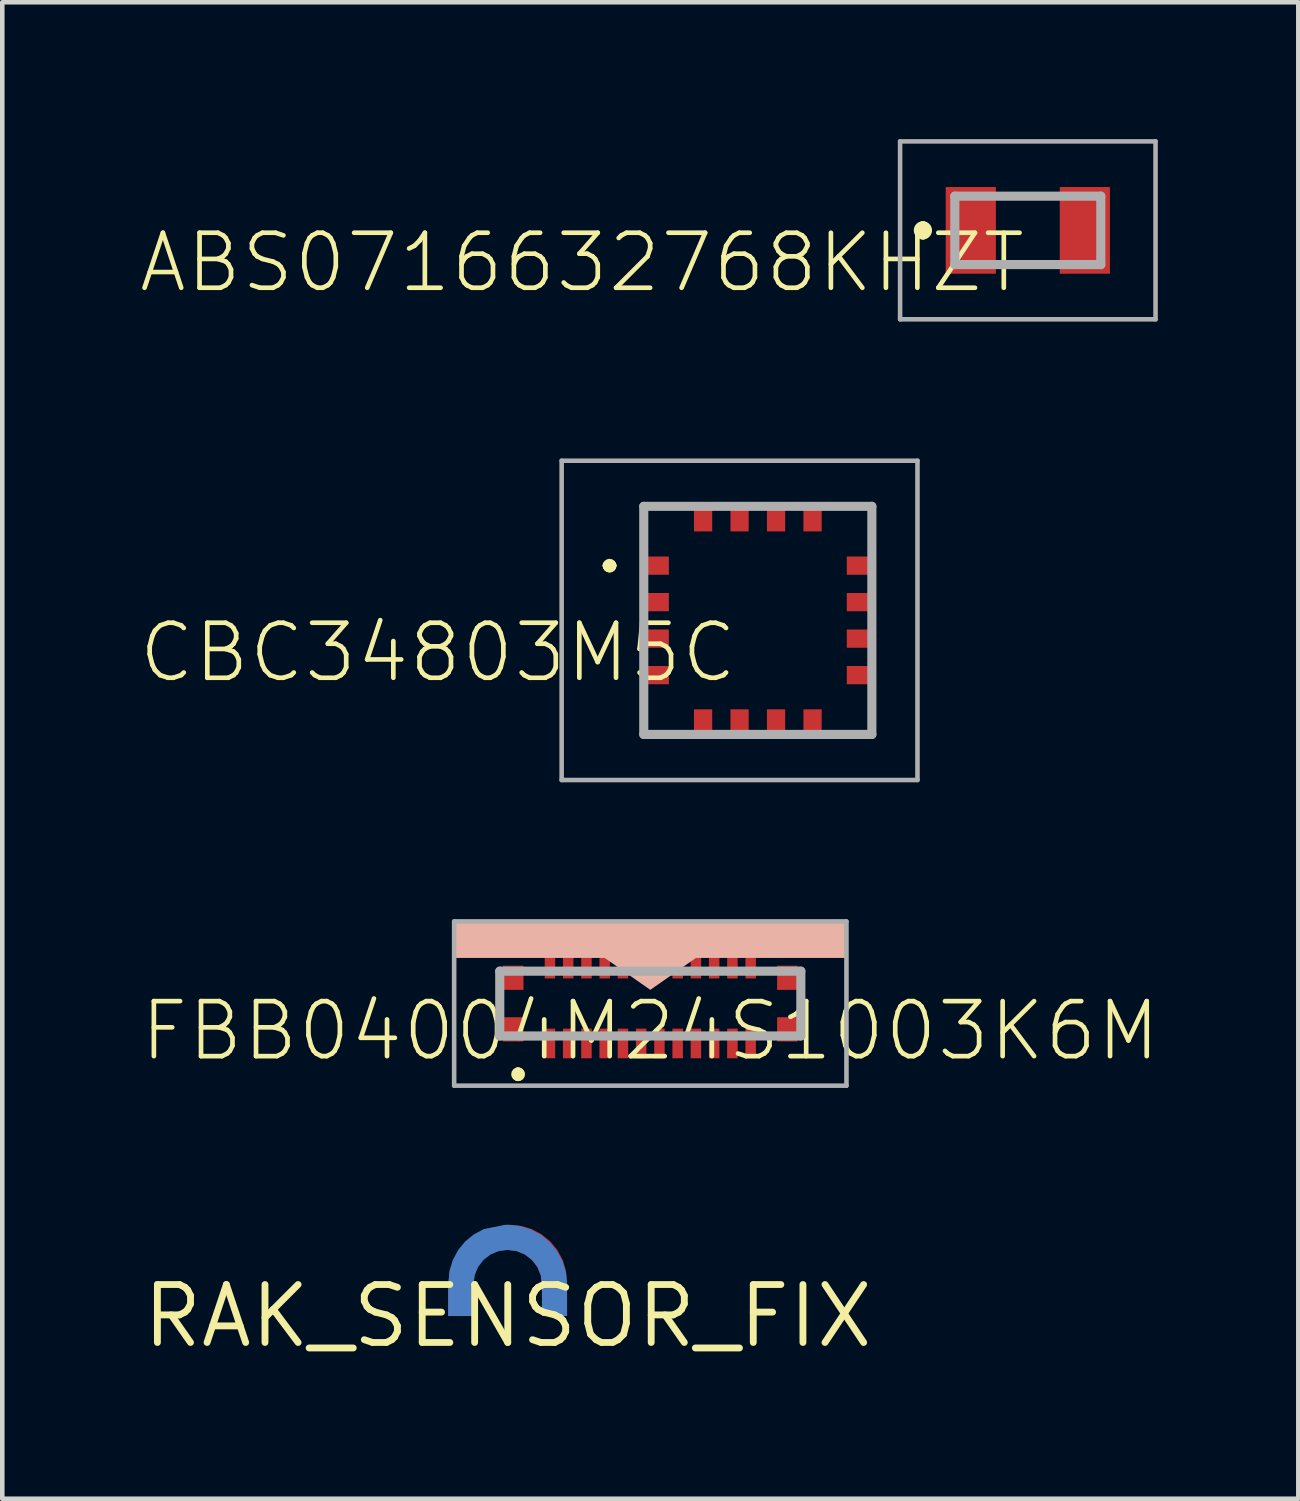
<source format=kicad_pcb>
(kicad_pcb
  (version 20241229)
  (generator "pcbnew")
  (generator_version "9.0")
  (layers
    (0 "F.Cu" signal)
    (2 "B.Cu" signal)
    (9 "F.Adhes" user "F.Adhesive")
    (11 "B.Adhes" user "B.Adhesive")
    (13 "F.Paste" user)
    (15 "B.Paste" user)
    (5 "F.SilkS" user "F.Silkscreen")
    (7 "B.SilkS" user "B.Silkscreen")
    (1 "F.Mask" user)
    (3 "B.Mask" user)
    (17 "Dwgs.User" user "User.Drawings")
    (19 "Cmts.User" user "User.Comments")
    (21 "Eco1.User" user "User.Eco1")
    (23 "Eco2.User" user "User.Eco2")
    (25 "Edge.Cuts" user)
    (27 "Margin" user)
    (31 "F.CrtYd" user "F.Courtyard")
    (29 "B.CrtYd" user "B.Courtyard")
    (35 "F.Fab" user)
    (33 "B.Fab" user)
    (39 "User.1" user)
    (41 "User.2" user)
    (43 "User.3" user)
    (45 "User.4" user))
  (footprint "CBC34803M5C"
    (layer "F.Cu")
    (at 13.563 10.55)
    (property "Reference" "CBC34803M5C" (at -0.4 0 0) (layer "F.SilkS") (effects (font (size 1.206 1.206) (thickness 0.102)) (justify right top)))
    (attr through_hole)
    (fp_line (start -3.3 -1.2) (end -3.3 -1.2) (stroke (width 0.2) (type solid)) (layer "F.SilkS"))
    (fp_line (start -3.3 -1.2) (end -3.3 -1.2) (stroke (width 0.2) (type solid)) (layer "F.SilkS"))
    (fp_line (start -3.2 -1.2) (end -3.2 -1.2) (stroke (width 0.2) (type solid)) (layer "F.SilkS"))
    (fp_line (start -2.5 -2.5) (end -2.5 -2.5) (stroke (width 0.1) (type solid)) (layer "F.SilkS"))
    (fp_line (start -2.5 -2.5) (end -2.5 -2.5) (stroke (width 0.1) (type solid)) (layer "F.SilkS"))
    (fp_line (start -2.5 -2.5) (end -2.5 -1.75) (stroke (width 0.1) (type solid)) (layer "F.SilkS"))
    (fp_line (start -2.5 -2.5) (end -1.75 -2.5) (stroke (width 0.1) (type solid)) (layer "F.SilkS"))
    (fp_line (start -2.5 -1.75) (end -2.5 -2.5) (stroke (width 0.1) (type solid)) (layer "F.SilkS"))
    (fp_line (start -2.5 -1.75) (end -2.5 -1.75) (stroke (width 0.1) (type solid)) (layer "F.SilkS"))
    (fp_line (start -2.5 1.75) (end -2.5 1.75) (stroke (width 0.1) (type solid)) (layer "F.SilkS"))
    (fp_line (start -2.5 1.75) (end -2.5 2.5) (stroke (width 0.1) (type solid)) (layer "F.SilkS"))
    (fp_line (start -2.5 2.5) (end -2.5 1.75) (stroke (width 0.1) (type solid)) (layer "F.SilkS"))
    (fp_line (start -2.5 2.5) (end -2.5 2.5) (stroke (width 0.1) (type solid)) (layer "F.SilkS"))
    (fp_line (start -2.5 2.5) (end -2.5 2.5) (stroke (width 0.1) (type solid)) (layer "F.SilkS"))
    (fp_line (start -2.5 2.5) (end -1.75 2.5) (stroke (width 0.1) (type solid)) (layer "F.SilkS"))
    (fp_line (start -1.75 -2.5) (end -2.5 -2.5) (stroke (width 0.1) (type solid)) (layer "F.SilkS"))
    (fp_line (start -1.75 -2.5) (end -1.75 -2.5) (stroke (width 0.1) (type solid)) (layer "F.SilkS"))
    (fp_line (start -1.75 2.5) (end -2.5 2.5) (stroke (width 0.1) (type solid)) (layer "F.SilkS"))
    (fp_line (start -1.75 2.5) (end -1.75 2.5) (stroke (width 0.1) (type solid)) (layer "F.SilkS"))
    (fp_line (start 1.75 -2.5) (end 1.75 -2.5) (stroke (width 0.1) (type solid)) (layer "F.SilkS"))
    (fp_line (start 1.75 -2.5) (end 2.5 -2.5) (stroke (width 0.1) (type solid)) (layer "F.SilkS"))
    (fp_line (start 1.75 2.5) (end 1.75 2.5) (stroke (width 0.1) (type solid)) (layer "F.SilkS"))
    (fp_line (start 1.75 2.5) (end 2.5 2.5) (stroke (width 0.1) (type solid)) (layer "F.SilkS"))
    (fp_line (start 2.5 -2.5) (end 1.75 -2.5) (stroke (width 0.1) (type solid)) (layer "F.SilkS"))
    (fp_line (start 2.5 -2.5) (end 2.5 -2.5) (stroke (width 0.1) (type solid)) (layer "F.SilkS"))
    (fp_line (start 2.5 -2.5) (end 2.5 -2.5) (stroke (width 0.1) (type solid)) (layer "F.SilkS"))
    (fp_line (start 2.5 -2.5) (end 2.5 -1.75) (stroke (width 0.1) (type solid)) (layer "F.SilkS"))
    (fp_line (start 2.5 -1.75) (end 2.5 -2.5) (stroke (width 0.1) (type solid)) (layer "F.SilkS"))
    (fp_line (start 2.5 -1.75) (end 2.5 -1.75) (stroke (width 0.1) (type solid)) (layer "F.SilkS"))
    (fp_line (start 2.5 1.75) (end 2.5 1.75) (stroke (width 0.1) (type solid)) (layer "F.SilkS"))
    (fp_line (start 2.5 1.75) (end 2.5 2.5) (stroke (width 0.1) (type solid)) (layer "F.SilkS"))
    (fp_line (start 2.5 2.5) (end 1.75 2.5) (stroke (width 0.1) (type solid)) (layer "F.SilkS"))
    (fp_line (start 2.5 2.5) (end 2.5 1.75) (stroke (width 0.1) (type solid)) (layer "F.SilkS"))
    (fp_line (start 2.5 2.5) (end 2.5 2.5) (stroke (width 0.1) (type solid)) (layer "F.SilkS"))
    (fp_line (start 2.5 2.5) (end 2.5 2.5) (stroke (width 0.1) (type solid)) (layer "F.SilkS"))
    (fp_arc (start -3.3 -1.2) (mid -3.25 -1.25) (end -3.2 -1.2) (stroke (width 0.2) (type solid)) (layer "F.SilkS"))
    (fp_arc (start -3.2 -1.2) (mid -3.25 -1.15) (end -3.3 -1.2) (stroke (width 0.2) (type solid)) (layer "F.SilkS"))
    (fp_arc (start -3.2 -1.2) (mid -3.25 -1.15) (end -3.3 -1.2) (stroke (width 0.2) (type solid)) (layer "F.SilkS"))
    (fp_line (start -4.3 -3.5) (end 3.5 -3.5) (stroke (width 0.1) (type solid)) (layer "F.Fab"))
    (fp_line (start -4.3 3.5) (end -4.3 -3.5) (stroke (width 0.1) (type solid)) (layer "F.Fab"))
    (fp_line (start -2.5 -2.5) (end -2.5 2.5) (stroke (width 0.2) (type solid)) (layer "F.Fab"))
    (fp_line (start -2.5 2.5) (end 2.5 2.5) (stroke (width 0.2) (type solid)) (layer "F.Fab"))
    (fp_line (start 2.5 -2.5) (end -2.5 -2.5) (stroke (width 0.2) (type solid)) (layer "F.Fab"))
    (fp_line (start 2.5 2.5) (end 2.5 -2.5) (stroke (width 0.2) (type solid)) (layer "F.Fab"))
    (fp_line (start 3.5 -3.5) (end 3.5 3.5) (stroke (width 0.1) (type solid)) (layer "F.Fab"))
    (fp_line (start 3.5 3.5) (end -4.3 3.5) (stroke (width 0.1) (type solid)) (layer "F.Fab"))
    (pad "1" smd rect (at -2.2 -1.2) (size 0.5 0.4) (layers "F.Cu" "F.Mask" "F.Paste"))
    (pad "2" smd rect (at -2.2 -0.4) (size 0.5 0.4) (layers "F.Cu" "F.Mask" "F.Paste"))
    (pad "3" smd rect (at -2.2 0.4) (size 0.5 0.4) (layers "F.Cu" "F.Mask" "F.Paste"))
    (pad "4" smd rect (at -2.2 1.2) (size 0.5 0.4) (layers "F.Cu" "F.Mask" "F.Paste"))
    (pad "5" smd rect (at -1.2 2.2 90) (size 0.5 0.4) (layers "F.Cu" "F.Mask" "F.Paste"))
    (pad "6" smd rect (at -0.4 2.2 90) (size 0.5 0.4) (layers "F.Cu" "F.Mask" "F.Paste"))
    (pad "7" smd rect (at 0.4 2.2 90) (size 0.5 0.4) (layers "F.Cu" "F.Mask" "F.Paste"))
    (pad "8" smd rect (at 1.2 2.2 90) (size 0.5 0.4) (layers "F.Cu" "F.Mask" "F.Paste"))
    (pad "9" smd rect (at 2.2 1.2) (size 0.5 0.4) (layers "F.Cu" "F.Mask" "F.Paste"))
    (pad "10" smd rect (at 2.2 0.4) (size 0.5 0.4) (layers "F.Cu" "F.Mask" "F.Paste"))
    (pad "11" smd rect (at 2.2 -0.4) (size 0.5 0.4) (layers "F.Cu" "F.Mask" "F.Paste"))
    (pad "12" smd rect (at 2.2 -1.2) (size 0.5 0.4) (layers "F.Cu" "F.Mask" "F.Paste"))
    (pad "13" smd rect (at 1.2 -2.2 90) (size 0.5 0.4) (layers "F.Cu" "F.Mask" "F.Paste"))
    (pad "14" smd rect (at 0.4 -2.2 90) (size 0.5 0.4) (layers "F.Cu" "F.Mask" "F.Paste"))
    (pad "15" smd rect (at -0.4 -2.2 90) (size 0.5 0.4) (layers "F.Cu" "F.Mask" "F.Paste"))
    (pad "16" smd rect (at -1.2 -2.2 90) (size 0.5 0.4) (layers "F.Cu" "F.Mask" "F.Paste")))
  (footprint "RAK_SENSOR_FIX"
    (layer "F.Cu")
    (at 8.081 25.8)
    (property "Reference" "RAK_SENSOR_FIX" (at 0 0 0) (layer "F.SilkS") (effects (font (size 1.27 1.27) (thickness 0.15))))
    (attr through_hole)
    (fp_poly (pts (xy -1.3 -0.7) (xy -1.3 -0.7) (xy -1.275 -0.954) (xy -1.201 -1.197) (xy -1.081 -1.422) (xy -0.919 -1.619) (xy -0.722 -1.781) (xy -0.497 -1.901) (xy 0 -2) (xy 0.05 -2) (xy 0.05 -2) (xy 0.294 -1.976) (xy 0.528 -1.905) (xy 0.744 -1.789) (xy 0.934 -1.634) (xy 1.089 -1.444) (xy 1.205 -1.228) (xy 1.276 -0.994) (xy 1.3 -0.75) (xy 1.3 -0.7) (xy 1.3 0) (xy 0.75 0) (xy 0.75 -0.7) (xy 0.724 -0.894) (xy 0.65 -1.075) (xy 0.53 -1.23) (xy 0.375 -1.35) (xy 0.194 -1.424) (xy 0 -1.45) (xy -0.05 -1.45) (xy -0.05 -1.45) (xy -0.231 -1.426) (xy -0.4 -1.356) (xy -0.545 -1.245) (xy -0.656 -1.1) (xy -0.726 -0.931) (xy -0.75 -0.75) (xy -0.75 -0.7) (xy -0.75 0) (xy -1.3 0)) (stroke (width 0) (type solid)) (fill yes) (layer "F.Cu"))
    (fp_arc (start -1.025 -0.7) (mid 0.000001 -1.724999) (end 1.025 -0.699998) (stroke (width 0.55) (type solid)) (layer "F.Mask"))
    (fp_poly (pts (xy -1.3 0) (xy -0.75 0) (xy -0.75 -0.7) (xy -1.3 -0.7)) (stroke (width 0) (type solid)) (fill yes) (layer "F.Mask"))
    (fp_poly (pts (xy 0.75 0) (xy 1.3 0) (xy 1.3 -0.7) (xy 0.75 -0.7)) (stroke (width 0) (type solid)) (fill yes) (layer "F.Mask"))
    (fp_poly (pts (xy -1.3 0) (xy -1.3 -0.75) (xy -1.3 -0.75) (xy -1.276 -0.994) (xy -1.205 -1.228) (xy -1.089 -1.444) (xy -0.934 -1.634) (xy -0.744 -1.789) (xy -0.528 -1.905) (xy -0.05 -2) (xy 0 -2) (xy -0.000001 -2) (xy 0.254 -1.975) (xy 0.497 -1.901) (xy 0.722 -1.781) (xy 0.919 -1.619) (xy 1.081 -1.422) (xy 1.201 -1.197) (xy 1.275 -0.954) (xy 1.3 -0.7) (xy 1.3 0) (xy 0.75 0) (xy 0.75 -0.7) (xy 0.724 -0.894) (xy 0.65 -1.075) (xy 0.53 -1.23) (xy 0.375 -1.35) (xy 0.194 -1.424) (xy 0 -1.45) (xy -0.194 -1.424) (xy -0.375 -1.35) (xy -0.53 -1.23) (xy -0.65 -1.075) (xy -0.724 -0.894) (xy -0.75 -0.7) (xy -0.75 0)) (stroke (width 0) (type solid)) (fill yes) (layer "B.Cu"))
    (fp_arc (start -1.025 -0.7) (mid 0.000001 -1.724999) (end 1.025 -0.699998) (stroke (width 0.55) (type solid)) (layer "B.Mask"))
    (fp_poly (pts (xy -1.3 0) (xy -0.75 0) (xy -0.75 -0.7) (xy -1.3 -0.7)) (stroke (width 0) (type solid)) (fill yes) (layer "B.Mask"))
    (fp_poly (pts (xy 0.75 0) (xy 1.3 0) (xy 1.3 -0.7) (xy 0.75 -0.7)) (stroke (width 0) (type solid)) (fill yes) (layer "B.Mask"))
    (pad "P$1" smd rect (at -1.025 -0.35 180) (size 0.55 0.7) (layers "B.Cu" "B.Mask"))
    (pad "P$2" smd rect (at -1.025 -0.35) (size 0.55 0.7) (layers "F.Cu" "F.Mask")))
  (footprint "ABS0716632768KHZT"
    (layer "F.Cu")
    (at 19.482 2)
    (property "Reference" "ABS0716632768KHZT" (at 0 0 0) (layer "F.SilkS") (effects (font (size 1.206 1.206) (thickness 0.102)) (justify right top)))
    (attr through_hole)
    (fp_line (start -2.3 -0.1) (end -2.3 -0.1) (stroke (width 0.2) (type solid)) (layer "F.SilkS"))
    (fp_line (start -2.3 0.1) (end -2.3 0.1) (stroke (width 0.2) (type solid)) (layer "F.SilkS"))
    (fp_line (start -0.5 -0.75) (end 0.5 -0.75) (stroke (width 0.1) (type solid)) (layer "F.SilkS"))
    (fp_line (start -0.5 0.75) (end 0.5 0.75) (stroke (width 0.1) (type solid)) (layer "F.SilkS"))
    (fp_arc (start -2.3 -0.1) (mid -2.2 0) (end -2.3 0.1) (stroke (width 0.2) (type solid)) (layer "F.SilkS"))
    (fp_arc (start -2.3 0.1) (mid -2.4 0) (end -2.3 -0.1) (stroke (width 0.2) (type solid)) (layer "F.SilkS"))
    (fp_line (start -2.8 -1.95) (end 2.8 -1.95) (stroke (width 0.1) (type solid)) (layer "F.Fab"))
    (fp_line (start -2.8 1.95) (end -2.8 -1.95) (stroke (width 0.1) (type solid)) (layer "F.Fab"))
    (fp_line (start -1.6 -0.75) (end 1.6 -0.75) (stroke (width 0.2) (type solid)) (layer "F.Fab"))
    (fp_line (start -1.6 0.75) (end -1.6 -0.75) (stroke (width 0.2) (type solid)) (layer "F.Fab"))
    (fp_line (start 1.6 -0.75) (end 1.6 0.75) (stroke (width 0.2) (type solid)) (layer "F.Fab"))
    (fp_line (start 1.6 0.75) (end -1.6 0.75) (stroke (width 0.2) (type solid)) (layer "F.Fab"))
    (fp_line (start 2.8 -1.95) (end 2.8 1.95) (stroke (width 0.1) (type solid)) (layer "F.Fab"))
    (fp_line (start 2.8 1.95) (end -2.8 1.95) (stroke (width 0.1) (type solid)) (layer "F.Fab"))
    (pad "1" smd rect (at -1.25 0 90) (size 1.9 1.1) (layers "F.Cu" "F.Mask" "F.Paste"))
    (pad "2" smd rect (at 1.25 0 90) (size 1.9 1.1) (layers "F.Cu" "F.Mask" "F.Paste")))
  (footprint "FBB04004M24S1003K6M"
    (layer "F.Cu")
    (at 11.206 18.95)
    (property "Reference" "FBB04004M24S1003K6M" (at 0 0.6 0) (layer "F.SilkS") (effects (font (size 1.206 1.206) (thickness 0.102))))
    (attr through_hole)
    (fp_arc (start -2.9 1.5) (mid -2.85 1.55) (end -2.9 1.6) (stroke (width 0.2) (type solid)) (layer "F.SilkS"))
    (fp_arc (start -2.9 1.5) (mid -2.85 1.55) (end -2.9 1.6) (stroke (width 0.2) (type solid)) (layer "F.SilkS"))
    (fp_arc (start -2.9 1.6) (mid -2.95 1.55) (end -2.9 1.5) (stroke (width 0.2) (type solid)) (layer "F.SilkS"))
    (fp_poly (pts (xy -4.3 -1.8) (xy -4.3 -1) (xy -1 -1) (xy 0 -0.3) (xy 1 -1) (xy 4.3 -1) (xy 4.3 -1.8)) (stroke (width 0) (type solid)) (fill yes) (layer "B.SilkS"))
    (fp_line (start -4.3 -1.8) (end 4.3 -1.8) (stroke (width 0.1) (type solid)) (layer "F.Fab"))
    (fp_line (start -4.3 1.8) (end -4.3 -1.8) (stroke (width 0.1) (type solid)) (layer "F.Fab"))
    (fp_line (start -3.3 -0.71) (end -3.3 0.71) (stroke (width 0.2) (type solid)) (layer "F.Fab"))
    (fp_line (start -3.3 0.71) (end 3.3 0.71) (stroke (width 0.2) (type solid)) (layer "F.Fab"))
    (fp_line (start 3.3 -0.71) (end -3.3 -0.71) (stroke (width 0.2) (type solid)) (layer "F.Fab"))
    (fp_line (start 3.3 0.71) (end 3.3 -0.71) (stroke (width 0.2) (type solid)) (layer "F.Fab"))
    (fp_line (start 4.3 -1.8) (end 4.3 1.8) (stroke (width 0.1) (type solid)) (layer "F.Fab"))
    (fp_line (start 4.3 1.8) (end -4.3 1.8) (stroke (width 0.1) (type solid)) (layer "F.Fab"))
    (pad "1" smd rect (at -2.2 0.875 90) (size 0.65 0.23) (layers "F.Cu" "F.Mask" "F.Paste"))
    (pad "2" smd rect (at -2.2 -0.875 90) (size 0.65 0.23) (layers "F.Cu" "F.Mask" "F.Paste"))
    (pad "3" smd rect (at -1.8 0.875 90) (size 0.65 0.23) (layers "F.Cu" "F.Mask" "F.Paste"))
    (pad "4" smd rect (at -1.8 -0.875 90) (size 0.65 0.23) (layers "F.Cu" "F.Mask" "F.Paste"))
    (pad "5" smd rect (at -1.4 0.875 90) (size 0.65 0.23) (layers "F.Cu" "F.Mask" "F.Paste"))
    (pad "6" smd rect (at -1.4 -0.875 90) (size 0.65 0.23) (layers "F.Cu" "F.Mask" "F.Paste"))
    (pad "7" smd rect (at -1 0.875 90) (size 0.65 0.23) (layers "F.Cu" "F.Mask" "F.Paste"))
    (pad "8" smd rect (at -1 -0.875 90) (size 0.65 0.23) (layers "F.Cu" "F.Mask" "F.Paste"))
    (pad "9" smd rect (at -0.6 0.875 90) (size 0.65 0.23) (layers "F.Cu" "F.Mask" "F.Paste"))
    (pad "10" smd rect (at -0.6 -0.875 90) (size 0.65 0.23) (layers "F.Cu" "F.Mask" "F.Paste"))
    (pad "11" smd rect (at -0.2 0.875 90) (size 0.65 0.23) (layers "F.Cu" "F.Mask" "F.Paste"))
    (pad "12" smd rect (at -0.2 -0.875 90) (size 0.65 0.23) (layers "F.Cu" "F.Mask" "F.Paste"))
    (pad "13" smd rect (at 0.2 0.875 90) (size 0.65 0.23) (layers "F.Cu" "F.Mask" "F.Paste"))
    (pad "14" smd rect (at 0.2 -0.875 90) (size 0.65 0.23) (layers "F.Cu" "F.Mask" "F.Paste"))
    (pad "15" smd rect (at 0.6 0.875 90) (size 0.65 0.23) (layers "F.Cu" "F.Mask" "F.Paste"))
    (pad "16" smd rect (at 0.6 -0.875 90) (size 0.65 0.23) (layers "F.Cu" "F.Mask" "F.Paste"))
    (pad "17" smd rect (at 1 0.875 90) (size 0.65 0.23) (layers "F.Cu" "F.Mask" "F.Paste"))
    (pad "18" smd rect (at 1 -0.875 90) (size 0.65 0.23) (layers "F.Cu" "F.Mask" "F.Paste"))
    (pad "19" smd rect (at 1.4 0.875 90) (size 0.65 0.23) (layers "F.Cu" "F.Mask" "F.Paste"))
    (pad "20" smd rect (at 1.4 -0.875 90) (size 0.65 0.23) (layers "F.Cu" "F.Mask" "F.Paste"))
    (pad "21" smd rect (at 1.8 0.875 90) (size 0.65 0.23) (layers "F.Cu" "F.Mask" "F.Paste"))
    (pad "22" smd rect (at 1.8 -0.875 90) (size 0.65 0.23) (layers "F.Cu" "F.Mask" "F.Paste"))
    (pad "23" smd rect (at 2.2 0.875 90) (size 0.65 0.23) (layers "F.Cu" "F.Mask" "F.Paste"))
    (pad "24" smd rect (at 2.2 -0.875 90) (size 0.65 0.23) (layers "F.Cu" "F.Mask" "F.Paste"))
    (pad "MP1" smd rect (at -3.005 0.565 90) (size 0.53 0.45) (layers "F.Cu" "F.Mask" "F.Paste"))
    (pad "MP2" smd rect (at -3.005 -0.565 90) (size 0.53 0.45) (layers "F.Cu" "F.Mask" "F.Paste"))
    (pad "MP3" smd rect (at 3.005 0.565 90) (size 0.53 0.45) (layers "F.Cu" "F.Mask" "F.Paste"))
    (pad "MP4" smd rect (at 3.005 -0.565 90) (size 0.53 0.45) (layers "F.Cu" "F.Mask" "F.Paste")))
  (gr_rect
    (start -3 -3)
    (end 25.412 29.806)
    (stroke (width 0.1) (type default))
    (fill no)
    (layer "Edge.Cuts")))
</source>
